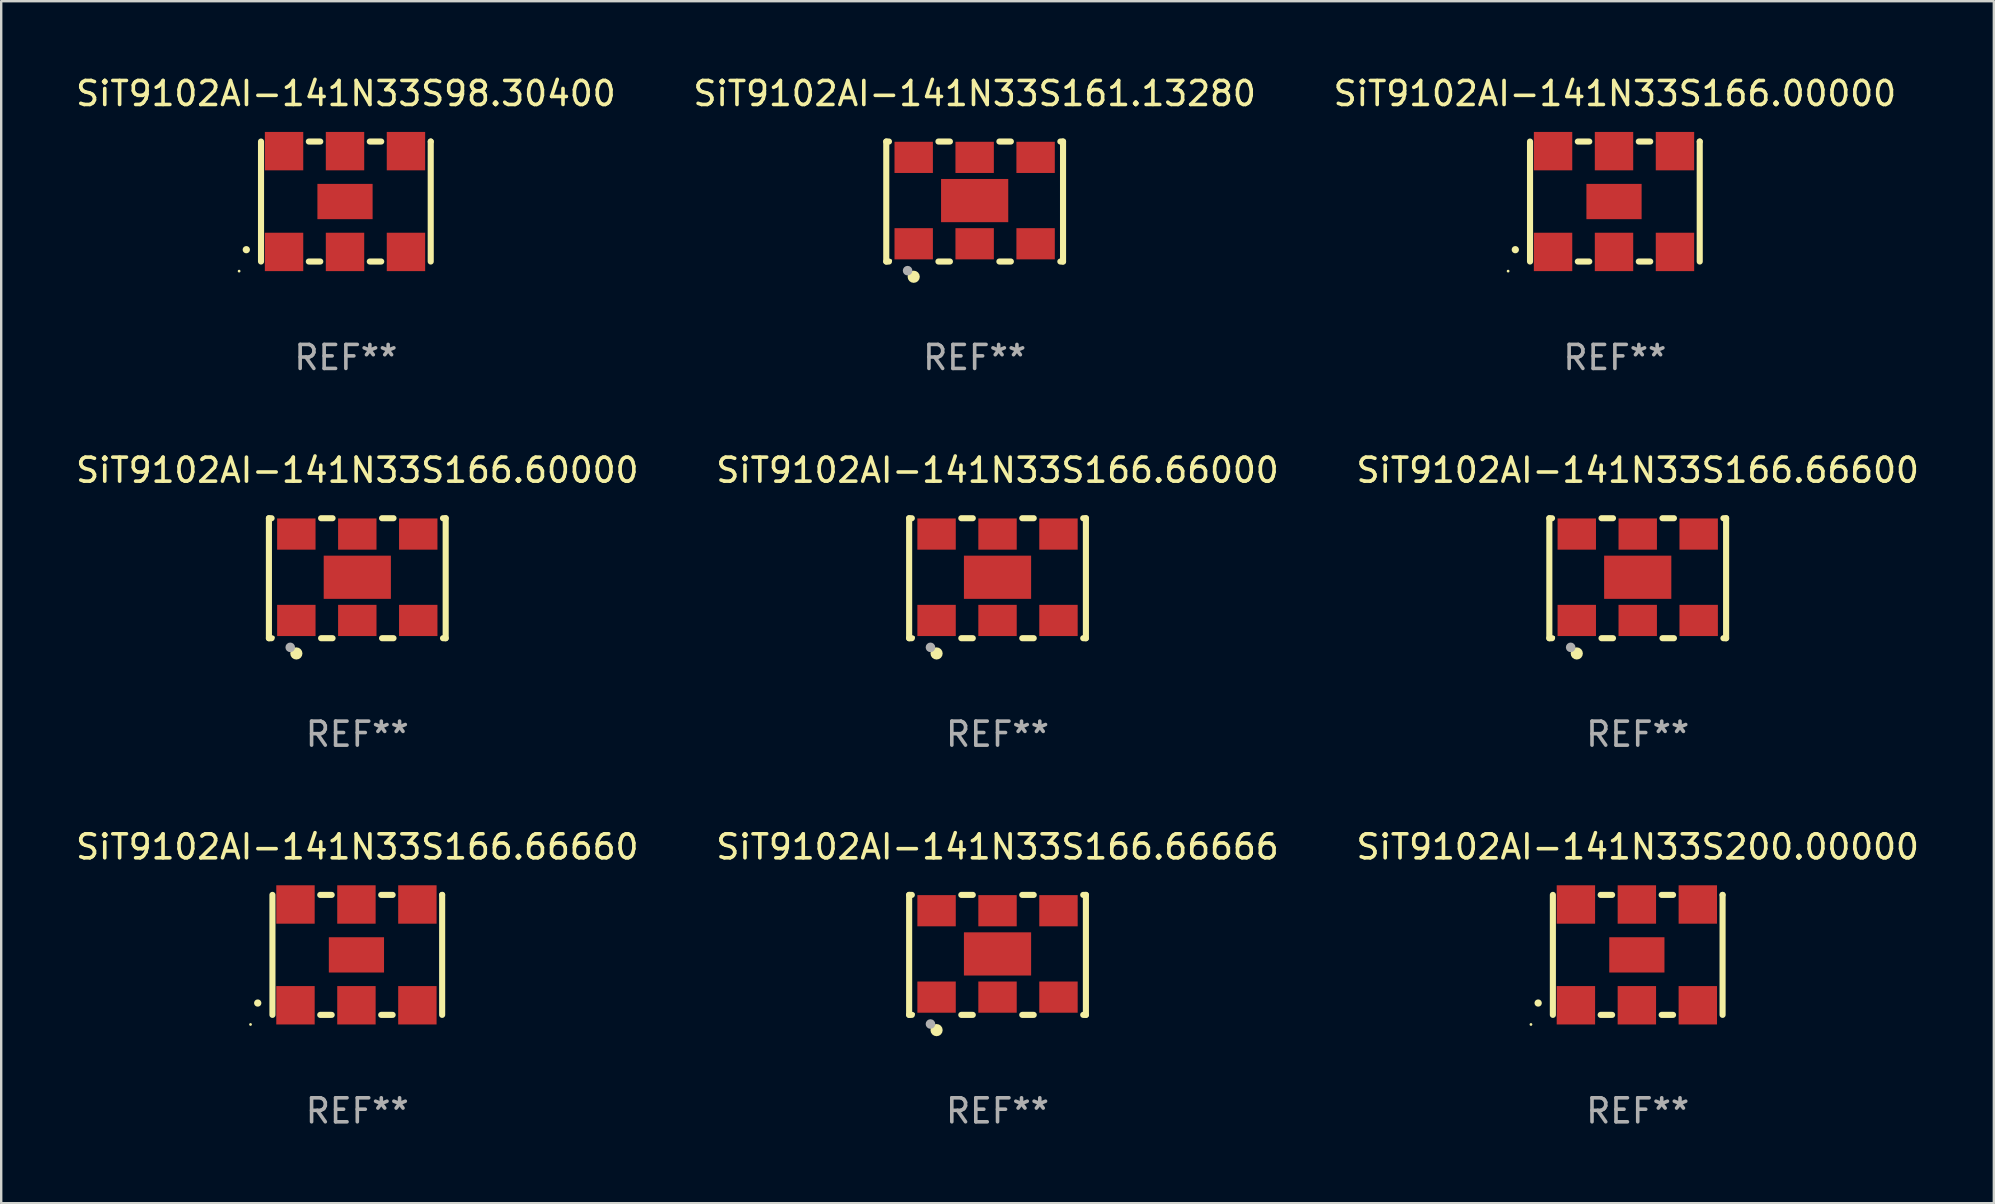
<source format=kicad_pcb>
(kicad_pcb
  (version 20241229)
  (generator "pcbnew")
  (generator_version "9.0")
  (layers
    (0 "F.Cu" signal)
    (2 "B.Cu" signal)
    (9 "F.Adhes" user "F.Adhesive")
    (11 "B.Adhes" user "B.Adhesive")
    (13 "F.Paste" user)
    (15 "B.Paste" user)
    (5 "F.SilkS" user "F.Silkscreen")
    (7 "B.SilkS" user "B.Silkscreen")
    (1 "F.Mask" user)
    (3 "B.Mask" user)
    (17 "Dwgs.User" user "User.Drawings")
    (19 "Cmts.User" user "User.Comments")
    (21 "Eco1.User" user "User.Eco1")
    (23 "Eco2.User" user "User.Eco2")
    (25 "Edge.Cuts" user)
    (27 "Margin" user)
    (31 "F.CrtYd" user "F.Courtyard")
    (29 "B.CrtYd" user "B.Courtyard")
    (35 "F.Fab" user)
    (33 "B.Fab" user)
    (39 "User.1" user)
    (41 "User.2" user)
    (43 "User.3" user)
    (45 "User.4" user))
  (footprint "SiT9102AI-141N33S161.13280"
    (layer "F.Cu")
    (at 37.565 5.348)
    (property "Reference" "SiT9102AI-141N33S161.13280" (at 0 -4.5 0) (layer "F.SilkS") (effects (font (size 1 1) (thickness 0.15))))
    (attr through_hole)
    (fp_line (start -3.683 -2.5) (end -3.571 -2.5) (stroke (width 0.254) (type solid)) (layer "F.SilkS"))
    (fp_line (start -3.683 2.5) (end -3.683 -2.5) (stroke (width 0.254) (type solid)) (layer "F.SilkS"))
    (fp_line (start -3.683 2.5) (end -3.571 2.5) (stroke (width 0.254) (type solid)) (layer "F.SilkS"))
    (fp_line (start -1.509 -2.5) (end -1.031 -2.5) (stroke (width 0.254) (type solid)) (layer "F.SilkS"))
    (fp_line (start -1.509 2.5) (end -1.031 2.5) (stroke (width 0.254) (type solid)) (layer "F.SilkS"))
    (fp_line (start 1.031 -2.5) (end 1.509 -2.5) (stroke (width 0.254) (type solid)) (layer "F.SilkS"))
    (fp_line (start 1.031 2.5) (end 1.509 2.5) (stroke (width 0.254) (type solid)) (layer "F.SilkS"))
    (fp_line (start 3.571 -2.5) (end 3.683 -2.5) (stroke (width 0.254) (type solid)) (layer "F.SilkS"))
    (fp_line (start 3.571 2.5) (end 3.683 2.5) (stroke (width 0.254) (type solid)) (layer "F.SilkS"))
    (fp_line (start 3.683 2.5) (end 3.683 -2.5) (stroke (width 0.254) (type solid)) (layer "F.SilkS"))
    (fp_circle (center -3.5 2.46) (end -3.47 2.46) (stroke (width 0.06) (type solid)) (fill no) (layer "F.SilkS"))
    (fp_circle (center -2.54 3.135) (end -2.413 3.135) (stroke (width 0.254) (type solid)) (fill no) (layer "F.SilkS"))
    (fp_circle (center -2.794 2.881) (end -2.694 2.881) (stroke (width 0.2) (type solid)) (fill no) (layer "F.Fab"))
    (fp_text user "REF**" (at 0 6.5 0) (layer "F.Fab") (effects (font (size 1 1) (thickness 0.15))))
    (pad "1" smd rect (at -2.54 1.76) (size 1.6 1.3) (layers "F.Cu" "F.Mask" "F.Paste"))
    (pad "2" smd rect (at 0 1.76) (size 1.6 1.3) (layers "F.Cu" "F.Mask" "F.Paste"))
    (pad "3" smd rect (at 2.54 1.76) (size 1.6 1.3) (layers "F.Cu" "F.Mask" "F.Paste"))
    (pad "4" smd rect (at 2.54 -1.84) (size 1.6 1.3) (layers "F.Cu" "F.Mask" "F.Paste"))
    (pad "5" smd rect (at 0 -1.84) (size 1.6 1.3) (layers "F.Cu" "F.Mask" "F.Paste"))
    (pad "6" smd rect (at -2.54 -1.84) (size 1.6 1.3) (layers "F.Cu" "F.Mask" "F.Paste"))
    (pad "7" smd rect (at 0 -0.04) (size 2.8 1.8) (layers "F.Cu" "F.Mask" "F.Paste")))
  (footprint "SiT9102AI-141N33S166.60000"
    (layer "F.Cu")
    (at 11.839 21.045)
    (property "Reference" "SiT9102AI-141N33S166.60000" (at 0 -4.5 0) (layer "F.SilkS") (effects (font (size 1 1) (thickness 0.15))))
    (attr through_hole)
    (fp_line (start -3.683 -2.5) (end -3.571 -2.5) (stroke (width 0.254) (type solid)) (layer "F.SilkS"))
    (fp_line (start -3.683 2.5) (end -3.683 -2.5) (stroke (width 0.254) (type solid)) (layer "F.SilkS"))
    (fp_line (start -3.683 2.5) (end -3.571 2.5) (stroke (width 0.254) (type solid)) (layer "F.SilkS"))
    (fp_line (start -1.509 -2.5) (end -1.031 -2.5) (stroke (width 0.254) (type solid)) (layer "F.SilkS"))
    (fp_line (start -1.509 2.5) (end -1.031 2.5) (stroke (width 0.254) (type solid)) (layer "F.SilkS"))
    (fp_line (start 1.031 -2.5) (end 1.509 -2.5) (stroke (width 0.254) (type solid)) (layer "F.SilkS"))
    (fp_line (start 1.031 2.5) (end 1.509 2.5) (stroke (width 0.254) (type solid)) (layer "F.SilkS"))
    (fp_line (start 3.571 -2.5) (end 3.683 -2.5) (stroke (width 0.254) (type solid)) (layer "F.SilkS"))
    (fp_line (start 3.571 2.5) (end 3.683 2.5) (stroke (width 0.254) (type solid)) (layer "F.SilkS"))
    (fp_line (start 3.683 2.5) (end 3.683 -2.5) (stroke (width 0.254) (type solid)) (layer "F.SilkS"))
    (fp_circle (center -3.5 2.46) (end -3.47 2.46) (stroke (width 0.06) (type solid)) (fill no) (layer "F.SilkS"))
    (fp_circle (center -2.54 3.135) (end -2.413 3.135) (stroke (width 0.254) (type solid)) (fill no) (layer "F.SilkS"))
    (fp_circle (center -2.794 2.881) (end -2.694 2.881) (stroke (width 0.2) (type solid)) (fill no) (layer "F.Fab"))
    (fp_text user "REF**" (at 0 6.5 0) (layer "F.Fab") (effects (font (size 1 1) (thickness 0.15))))
    (pad "1" smd rect (at -2.54 1.76) (size 1.6 1.3) (layers "F.Cu" "F.Mask" "F.Paste"))
    (pad "2" smd rect (at 0 1.76) (size 1.6 1.3) (layers "F.Cu" "F.Mask" "F.Paste"))
    (pad "3" smd rect (at 2.54 1.76) (size 1.6 1.3) (layers "F.Cu" "F.Mask" "F.Paste"))
    (pad "4" smd rect (at 2.54 -1.84) (size 1.6 1.3) (layers "F.Cu" "F.Mask" "F.Paste"))
    (pad "5" smd rect (at 0 -1.84) (size 1.6 1.3) (layers "F.Cu" "F.Mask" "F.Paste"))
    (pad "6" smd rect (at -2.54 -1.84) (size 1.6 1.3) (layers "F.Cu" "F.Mask" "F.Paste"))
    (pad "7" smd rect (at 0 -0.04) (size 2.8 1.8) (layers "F.Cu" "F.Mask" "F.Paste")))
  (footprint "SiT9102AI-141N33S166.66660"
    (layer "F.Cu")
    (at 11.839 36.741)
    (property "Reference" "SiT9102AI-141N33S166.66660" (at 0 -4.5 0) (layer "F.SilkS") (effects (font (size 1 1) (thickness 0.15))))
    (attr through_hole)
    (fp_line (start -3.536 -2.5) (end -3.536 2.5) (stroke (width 0.254) (type solid)) (layer "F.SilkS"))
    (fp_line (start -1.544 2.5) (end -1.067 2.5) (stroke (width 0.254) (type solid)) (layer "F.SilkS"))
    (fp_line (start -1.067 -2.5) (end -1.544 -2.5) (stroke (width 0.254) (type solid)) (layer "F.SilkS"))
    (fp_line (start 0.996 2.5) (end 1.473 2.5) (stroke (width 0.254) (type solid)) (layer "F.SilkS"))
    (fp_line (start 1.473 -2.5) (end 0.996 -2.5) (stroke (width 0.254) (type solid)) (layer "F.SilkS"))
    (fp_line (start 3.536 -2.5) (end 3.536 -2.5) (stroke (width 0.254) (type solid)) (layer "F.SilkS"))
    (fp_line (start 3.536 2.5) (end 3.536 -2.5) (stroke (width 0.254) (type solid)) (layer "F.SilkS"))
    (fp_arc (start -4.150432 2.006604) (mid -4.149162 2.006599) (end -4.147892 2.006604) (stroke (width 0.3) (type solid)) (layer "F.SilkS"))
    (fp_circle (center -4.449 2.9) (end -4.419 2.9) (stroke (width 0.06) (type solid)) (fill no) (layer "F.SilkS"))
    (fp_text user "REF**" (at 0 6.5 0) (layer "F.Fab") (effects (font (size 1 1) (thickness 0.15))))
    (pad "1" smd rect (at -2.576 2.1) (size 1.6 1.6) (layers "F.Cu" "F.Mask" "F.Paste"))
    (pad "2" smd rect (at -0.036 2.1) (size 1.6 1.6) (layers "F.Cu" "F.Mask" "F.Paste"))
    (pad "3" smd rect (at 2.504 2.1) (size 1.6 1.6) (layers "F.Cu" "F.Mask" "F.Paste"))
    (pad "4" smd rect (at 2.504 -2.1) (size 1.6 1.6) (layers "F.Cu" "F.Mask" "F.Paste"))
    (pad "5" smd rect (at -0.036 -2.1) (size 1.6 1.6) (layers "F.Cu" "F.Mask" "F.Paste"))
    (pad "6" smd rect (at -2.576 -2.1) (size 1.6 1.6) (layers "F.Cu" "F.Mask" "F.Paste"))
    (pad "7" smd rect (at -0.036 0) (size 2.3 1.47) (layers "F.Cu" "F.Mask" "F.Paste")))
  (footprint "SiT9102AI-141N33S166.66600"
    (layer "F.Cu")
    (at 65.196 21.045)
    (property "Reference" "SiT9102AI-141N33S166.66600" (at 0 -4.5 0) (layer "F.SilkS") (effects (font (size 1 1) (thickness 0.15))))
    (attr through_hole)
    (fp_line (start -3.683 -2.5) (end -3.571 -2.5) (stroke (width 0.254) (type solid)) (layer "F.SilkS"))
    (fp_line (start -3.683 2.5) (end -3.683 -2.5) (stroke (width 0.254) (type solid)) (layer "F.SilkS"))
    (fp_line (start -3.683 2.5) (end -3.571 2.5) (stroke (width 0.254) (type solid)) (layer "F.SilkS"))
    (fp_line (start -1.509 -2.5) (end -1.031 -2.5) (stroke (width 0.254) (type solid)) (layer "F.SilkS"))
    (fp_line (start -1.509 2.5) (end -1.031 2.5) (stroke (width 0.254) (type solid)) (layer "F.SilkS"))
    (fp_line (start 1.031 -2.5) (end 1.509 -2.5) (stroke (width 0.254) (type solid)) (layer "F.SilkS"))
    (fp_line (start 1.031 2.5) (end 1.509 2.5) (stroke (width 0.254) (type solid)) (layer "F.SilkS"))
    (fp_line (start 3.571 -2.5) (end 3.683 -2.5) (stroke (width 0.254) (type solid)) (layer "F.SilkS"))
    (fp_line (start 3.571 2.5) (end 3.683 2.5) (stroke (width 0.254) (type solid)) (layer "F.SilkS"))
    (fp_line (start 3.683 2.5) (end 3.683 -2.5) (stroke (width 0.254) (type solid)) (layer "F.SilkS"))
    (fp_circle (center -3.5 2.46) (end -3.47 2.46) (stroke (width 0.06) (type solid)) (fill no) (layer "F.SilkS"))
    (fp_circle (center -2.54 3.135) (end -2.413 3.135) (stroke (width 0.254) (type solid)) (fill no) (layer "F.SilkS"))
    (fp_circle (center -2.794 2.881) (end -2.694 2.881) (stroke (width 0.2) (type solid)) (fill no) (layer "F.Fab"))
    (fp_text user "REF**" (at 0 6.5 0) (layer "F.Fab") (effects (font (size 1 1) (thickness 0.15))))
    (pad "1" smd rect (at -2.54 1.76) (size 1.6 1.3) (layers "F.Cu" "F.Mask" "F.Paste"))
    (pad "2" smd rect (at 0 1.76) (size 1.6 1.3) (layers "F.Cu" "F.Mask" "F.Paste"))
    (pad "3" smd rect (at 2.54 1.76) (size 1.6 1.3) (layers "F.Cu" "F.Mask" "F.Paste"))
    (pad "4" smd rect (at 2.54 -1.84) (size 1.6 1.3) (layers "F.Cu" "F.Mask" "F.Paste"))
    (pad "5" smd rect (at 0 -1.84) (size 1.6 1.3) (layers "F.Cu" "F.Mask" "F.Paste"))
    (pad "6" smd rect (at -2.54 -1.84) (size 1.6 1.3) (layers "F.Cu" "F.Mask" "F.Paste"))
    (pad "7" smd rect (at 0 -0.04) (size 2.8 1.8) (layers "F.Cu" "F.Mask" "F.Paste")))
  (footprint "SiT9102AI-141N33S166.66000"
    (layer "F.Cu")
    (at 38.518 21.045)
    (property "Reference" "SiT9102AI-141N33S166.66000" (at 0 -4.5 0) (layer "F.SilkS") (effects (font (size 1 1) (thickness 0.15))))
    (attr through_hole)
    (fp_line (start -3.683 -2.5) (end -3.571 -2.5) (stroke (width 0.254) (type solid)) (layer "F.SilkS"))
    (fp_line (start -3.683 2.5) (end -3.683 -2.5) (stroke (width 0.254) (type solid)) (layer "F.SilkS"))
    (fp_line (start -3.683 2.5) (end -3.571 2.5) (stroke (width 0.254) (type solid)) (layer "F.SilkS"))
    (fp_line (start -1.509 -2.5) (end -1.031 -2.5) (stroke (width 0.254) (type solid)) (layer "F.SilkS"))
    (fp_line (start -1.509 2.5) (end -1.031 2.5) (stroke (width 0.254) (type solid)) (layer "F.SilkS"))
    (fp_line (start 1.031 -2.5) (end 1.509 -2.5) (stroke (width 0.254) (type solid)) (layer "F.SilkS"))
    (fp_line (start 1.031 2.5) (end 1.509 2.5) (stroke (width 0.254) (type solid)) (layer "F.SilkS"))
    (fp_line (start 3.571 -2.5) (end 3.683 -2.5) (stroke (width 0.254) (type solid)) (layer "F.SilkS"))
    (fp_line (start 3.571 2.5) (end 3.683 2.5) (stroke (width 0.254) (type solid)) (layer "F.SilkS"))
    (fp_line (start 3.683 2.5) (end 3.683 -2.5) (stroke (width 0.254) (type solid)) (layer "F.SilkS"))
    (fp_circle (center -3.5 2.46) (end -3.47 2.46) (stroke (width 0.06) (type solid)) (fill no) (layer "F.SilkS"))
    (fp_circle (center -2.54 3.135) (end -2.413 3.135) (stroke (width 0.254) (type solid)) (fill no) (layer "F.SilkS"))
    (fp_circle (center -2.794 2.881) (end -2.694 2.881) (stroke (width 0.2) (type solid)) (fill no) (layer "F.Fab"))
    (fp_text user "REF**" (at 0 6.5 0) (layer "F.Fab") (effects (font (size 1 1) (thickness 0.15))))
    (pad "1" smd rect (at -2.54 1.76) (size 1.6 1.3) (layers "F.Cu" "F.Mask" "F.Paste"))
    (pad "2" smd rect (at 0 1.76) (size 1.6 1.3) (layers "F.Cu" "F.Mask" "F.Paste"))
    (pad "3" smd rect (at 2.54 1.76) (size 1.6 1.3) (layers "F.Cu" "F.Mask" "F.Paste"))
    (pad "4" smd rect (at 2.54 -1.84) (size 1.6 1.3) (layers "F.Cu" "F.Mask" "F.Paste"))
    (pad "5" smd rect (at 0 -1.84) (size 1.6 1.3) (layers "F.Cu" "F.Mask" "F.Paste"))
    (pad "6" smd rect (at -2.54 -1.84) (size 1.6 1.3) (layers "F.Cu" "F.Mask" "F.Paste"))
    (pad "7" smd rect (at 0 -0.04) (size 2.8 1.8) (layers "F.Cu" "F.Mask" "F.Paste")))
  (footprint "SiT9102AI-141N33S98.30400"
    (layer "F.Cu")
    (at 11.363 5.348)
    (property "Reference" "SiT9102AI-141N33S98.30400" (at 0 -4.5 0) (layer "F.SilkS") (effects (font (size 1 1) (thickness 0.15))))
    (attr through_hole)
    (fp_line (start -3.536 -2.5) (end -3.536 2.5) (stroke (width 0.254) (type solid)) (layer "F.SilkS"))
    (fp_line (start -1.544 2.5) (end -1.067 2.5) (stroke (width 0.254) (type solid)) (layer "F.SilkS"))
    (fp_line (start -1.067 -2.5) (end -1.544 -2.5) (stroke (width 0.254) (type solid)) (layer "F.SilkS"))
    (fp_line (start 0.996 2.5) (end 1.473 2.5) (stroke (width 0.254) (type solid)) (layer "F.SilkS"))
    (fp_line (start 1.473 -2.5) (end 0.996 -2.5) (stroke (width 0.254) (type solid)) (layer "F.SilkS"))
    (fp_line (start 3.536 -2.5) (end 3.536 -2.5) (stroke (width 0.254) (type solid)) (layer "F.SilkS"))
    (fp_line (start 3.536 2.5) (end 3.536 -2.5) (stroke (width 0.254) (type solid)) (layer "F.SilkS"))
    (fp_arc (start -4.150432 2.006604) (mid -4.149162 2.006599) (end -4.147892 2.006604) (stroke (width 0.3) (type solid)) (layer "F.SilkS"))
    (fp_circle (center -4.449 2.9) (end -4.419 2.9) (stroke (width 0.06) (type solid)) (fill no) (layer "F.SilkS"))
    (fp_text user "REF**" (at 0 6.5 0) (layer "F.Fab") (effects (font (size 1 1) (thickness 0.15))))
    (pad "1" smd rect (at -2.576 2.1) (size 1.6 1.6) (layers "F.Cu" "F.Mask" "F.Paste"))
    (pad "2" smd rect (at -0.036 2.1) (size 1.6 1.6) (layers "F.Cu" "F.Mask" "F.Paste"))
    (pad "3" smd rect (at 2.504 2.1) (size 1.6 1.6) (layers "F.Cu" "F.Mask" "F.Paste"))
    (pad "4" smd rect (at 2.504 -2.1) (size 1.6 1.6) (layers "F.Cu" "F.Mask" "F.Paste"))
    (pad "5" smd rect (at -0.036 -2.1) (size 1.6 1.6) (layers "F.Cu" "F.Mask" "F.Paste"))
    (pad "6" smd rect (at -2.576 -2.1) (size 1.6 1.6) (layers "F.Cu" "F.Mask" "F.Paste"))
    (pad "7" smd rect (at -0.036 0) (size 2.3 1.47) (layers "F.Cu" "F.Mask" "F.Paste")))
  (footprint "SiT9102AI-141N33S166.00000"
    (layer "F.Cu")
    (at 64.244 5.348)
    (property "Reference" "SiT9102AI-141N33S166.00000" (at 0 -4.5 0) (layer "F.SilkS") (effects (font (size 1 1) (thickness 0.15))))
    (attr through_hole)
    (fp_line (start -3.536 -2.5) (end -3.536 2.5) (stroke (width 0.254) (type solid)) (layer "F.SilkS"))
    (fp_line (start -1.544 2.5) (end -1.067 2.5) (stroke (width 0.254) (type solid)) (layer "F.SilkS"))
    (fp_line (start -1.067 -2.5) (end -1.544 -2.5) (stroke (width 0.254) (type solid)) (layer "F.SilkS"))
    (fp_line (start 0.996 2.5) (end 1.473 2.5) (stroke (width 0.254) (type solid)) (layer "F.SilkS"))
    (fp_line (start 1.473 -2.5) (end 0.996 -2.5) (stroke (width 0.254) (type solid)) (layer "F.SilkS"))
    (fp_line (start 3.536 -2.5) (end 3.536 -2.5) (stroke (width 0.254) (type solid)) (layer "F.SilkS"))
    (fp_line (start 3.536 2.5) (end 3.536 -2.5) (stroke (width 0.254) (type solid)) (layer "F.SilkS"))
    (fp_arc (start -4.150432 2.006604) (mid -4.149162 2.006599) (end -4.147892 2.006604) (stroke (width 0.3) (type solid)) (layer "F.SilkS"))
    (fp_circle (center -4.449 2.9) (end -4.419 2.9) (stroke (width 0.06) (type solid)) (fill no) (layer "F.SilkS"))
    (fp_text user "REF**" (at 0 6.5 0) (layer "F.Fab") (effects (font (size 1 1) (thickness 0.15))))
    (pad "1" smd rect (at -2.576 2.1) (size 1.6 1.6) (layers "F.Cu" "F.Mask" "F.Paste"))
    (pad "2" smd rect (at -0.036 2.1) (size 1.6 1.6) (layers "F.Cu" "F.Mask" "F.Paste"))
    (pad "3" smd rect (at 2.504 2.1) (size 1.6 1.6) (layers "F.Cu" "F.Mask" "F.Paste"))
    (pad "4" smd rect (at 2.504 -2.1) (size 1.6 1.6) (layers "F.Cu" "F.Mask" "F.Paste"))
    (pad "5" smd rect (at -0.036 -2.1) (size 1.6 1.6) (layers "F.Cu" "F.Mask" "F.Paste"))
    (pad "6" smd rect (at -2.576 -2.1) (size 1.6 1.6) (layers "F.Cu" "F.Mask" "F.Paste"))
    (pad "7" smd rect (at -0.036 0) (size 2.3 1.47) (layers "F.Cu" "F.Mask" "F.Paste")))
  (footprint "SiT9102AI-141N33S166.66666"
    (layer "F.Cu")
    (at 38.518 36.741)
    (property "Reference" "SiT9102AI-141N33S166.66666" (at 0 -4.5 0) (layer "F.SilkS") (effects (font (size 1 1) (thickness 0.15))))
    (attr through_hole)
    (fp_line (start -3.683 -2.5) (end -3.571 -2.5) (stroke (width 0.254) (type solid)) (layer "F.SilkS"))
    (fp_line (start -3.683 2.5) (end -3.683 -2.5) (stroke (width 0.254) (type solid)) (layer "F.SilkS"))
    (fp_line (start -3.683 2.5) (end -3.571 2.5) (stroke (width 0.254) (type solid)) (layer "F.SilkS"))
    (fp_line (start -1.509 -2.5) (end -1.031 -2.5) (stroke (width 0.254) (type solid)) (layer "F.SilkS"))
    (fp_line (start -1.509 2.5) (end -1.031 2.5) (stroke (width 0.254) (type solid)) (layer "F.SilkS"))
    (fp_line (start 1.031 -2.5) (end 1.509 -2.5) (stroke (width 0.254) (type solid)) (layer "F.SilkS"))
    (fp_line (start 1.031 2.5) (end 1.509 2.5) (stroke (width 0.254) (type solid)) (layer "F.SilkS"))
    (fp_line (start 3.571 -2.5) (end 3.683 -2.5) (stroke (width 0.254) (type solid)) (layer "F.SilkS"))
    (fp_line (start 3.571 2.5) (end 3.683 2.5) (stroke (width 0.254) (type solid)) (layer "F.SilkS"))
    (fp_line (start 3.683 2.5) (end 3.683 -2.5) (stroke (width 0.254) (type solid)) (layer "F.SilkS"))
    (fp_circle (center -3.5 2.46) (end -3.47 2.46) (stroke (width 0.06) (type solid)) (fill no) (layer "F.SilkS"))
    (fp_circle (center -2.54 3.135) (end -2.413 3.135) (stroke (width 0.254) (type solid)) (fill no) (layer "F.SilkS"))
    (fp_circle (center -2.794 2.881) (end -2.694 2.881) (stroke (width 0.2) (type solid)) (fill no) (layer "F.Fab"))
    (fp_text user "REF**" (at 0 6.5 0) (layer "F.Fab") (effects (font (size 1 1) (thickness 0.15))))
    (pad "1" smd rect (at -2.54 1.76) (size 1.6 1.3) (layers "F.Cu" "F.Mask" "F.Paste"))
    (pad "2" smd rect (at 0 1.76) (size 1.6 1.3) (layers "F.Cu" "F.Mask" "F.Paste"))
    (pad "3" smd rect (at 2.54 1.76) (size 1.6 1.3) (layers "F.Cu" "F.Mask" "F.Paste"))
    (pad "4" smd rect (at 2.54 -1.84) (size 1.6 1.3) (layers "F.Cu" "F.Mask" "F.Paste"))
    (pad "5" smd rect (at 0 -1.84) (size 1.6 1.3) (layers "F.Cu" "F.Mask" "F.Paste"))
    (pad "6" smd rect (at -2.54 -1.84) (size 1.6 1.3) (layers "F.Cu" "F.Mask" "F.Paste"))
    (pad "7" smd rect (at 0 -0.04) (size 2.8 1.8) (layers "F.Cu" "F.Mask" "F.Paste")))
  (footprint "SiT9102AI-141N33S200.00000"
    (layer "F.Cu")
    (at 65.196 36.741)
    (property "Reference" "SiT9102AI-141N33S200.00000" (at 0 -4.5 0) (layer "F.SilkS") (effects (font (size 1 1) (thickness 0.15))))
    (attr through_hole)
    (fp_line (start -3.536 -2.5) (end -3.536 2.5) (stroke (width 0.254) (type solid)) (layer "F.SilkS"))
    (fp_line (start -1.544 2.5) (end -1.067 2.5) (stroke (width 0.254) (type solid)) (layer "F.SilkS"))
    (fp_line (start -1.067 -2.5) (end -1.544 -2.5) (stroke (width 0.254) (type solid)) (layer "F.SilkS"))
    (fp_line (start 0.996 2.5) (end 1.473 2.5) (stroke (width 0.254) (type solid)) (layer "F.SilkS"))
    (fp_line (start 1.473 -2.5) (end 0.996 -2.5) (stroke (width 0.254) (type solid)) (layer "F.SilkS"))
    (fp_line (start 3.536 -2.5) (end 3.536 -2.5) (stroke (width 0.254) (type solid)) (layer "F.SilkS"))
    (fp_line (start 3.536 2.5) (end 3.536 -2.5) (stroke (width 0.254) (type solid)) (layer "F.SilkS"))
    (fp_arc (start -4.150432 2.006604) (mid -4.149162 2.006599) (end -4.147892 2.006604) (stroke (width 0.3) (type solid)) (layer "F.SilkS"))
    (fp_circle (center -4.449 2.9) (end -4.419 2.9) (stroke (width 0.06) (type solid)) (fill no) (layer "F.SilkS"))
    (fp_text user "REF**" (at 0 6.5 0) (layer "F.Fab") (effects (font (size 1 1) (thickness 0.15))))
    (pad "1" smd rect (at -2.576 2.1) (size 1.6 1.6) (layers "F.Cu" "F.Mask" "F.Paste"))
    (pad "2" smd rect (at -0.036 2.1) (size 1.6 1.6) (layers "F.Cu" "F.Mask" "F.Paste"))
    (pad "3" smd rect (at 2.504 2.1) (size 1.6 1.6) (layers "F.Cu" "F.Mask" "F.Paste"))
    (pad "4" smd rect (at 2.504 -2.1) (size 1.6 1.6) (layers "F.Cu" "F.Mask" "F.Paste"))
    (pad "5" smd rect (at -0.036 -2.1) (size 1.6 1.6) (layers "F.Cu" "F.Mask" "F.Paste"))
    (pad "6" smd rect (at -2.576 -2.1) (size 1.6 1.6) (layers "F.Cu" "F.Mask" "F.Paste"))
    (pad "7" smd rect (at -0.036 0) (size 2.3 1.47) (layers "F.Cu" "F.Mask" "F.Paste")))
  (gr_rect
    (start -3 -3)
    (end 80.036 47.09)
    (stroke (width 0.1) (type default))
    (fill no)
    (layer "Edge.Cuts")))
</source>
